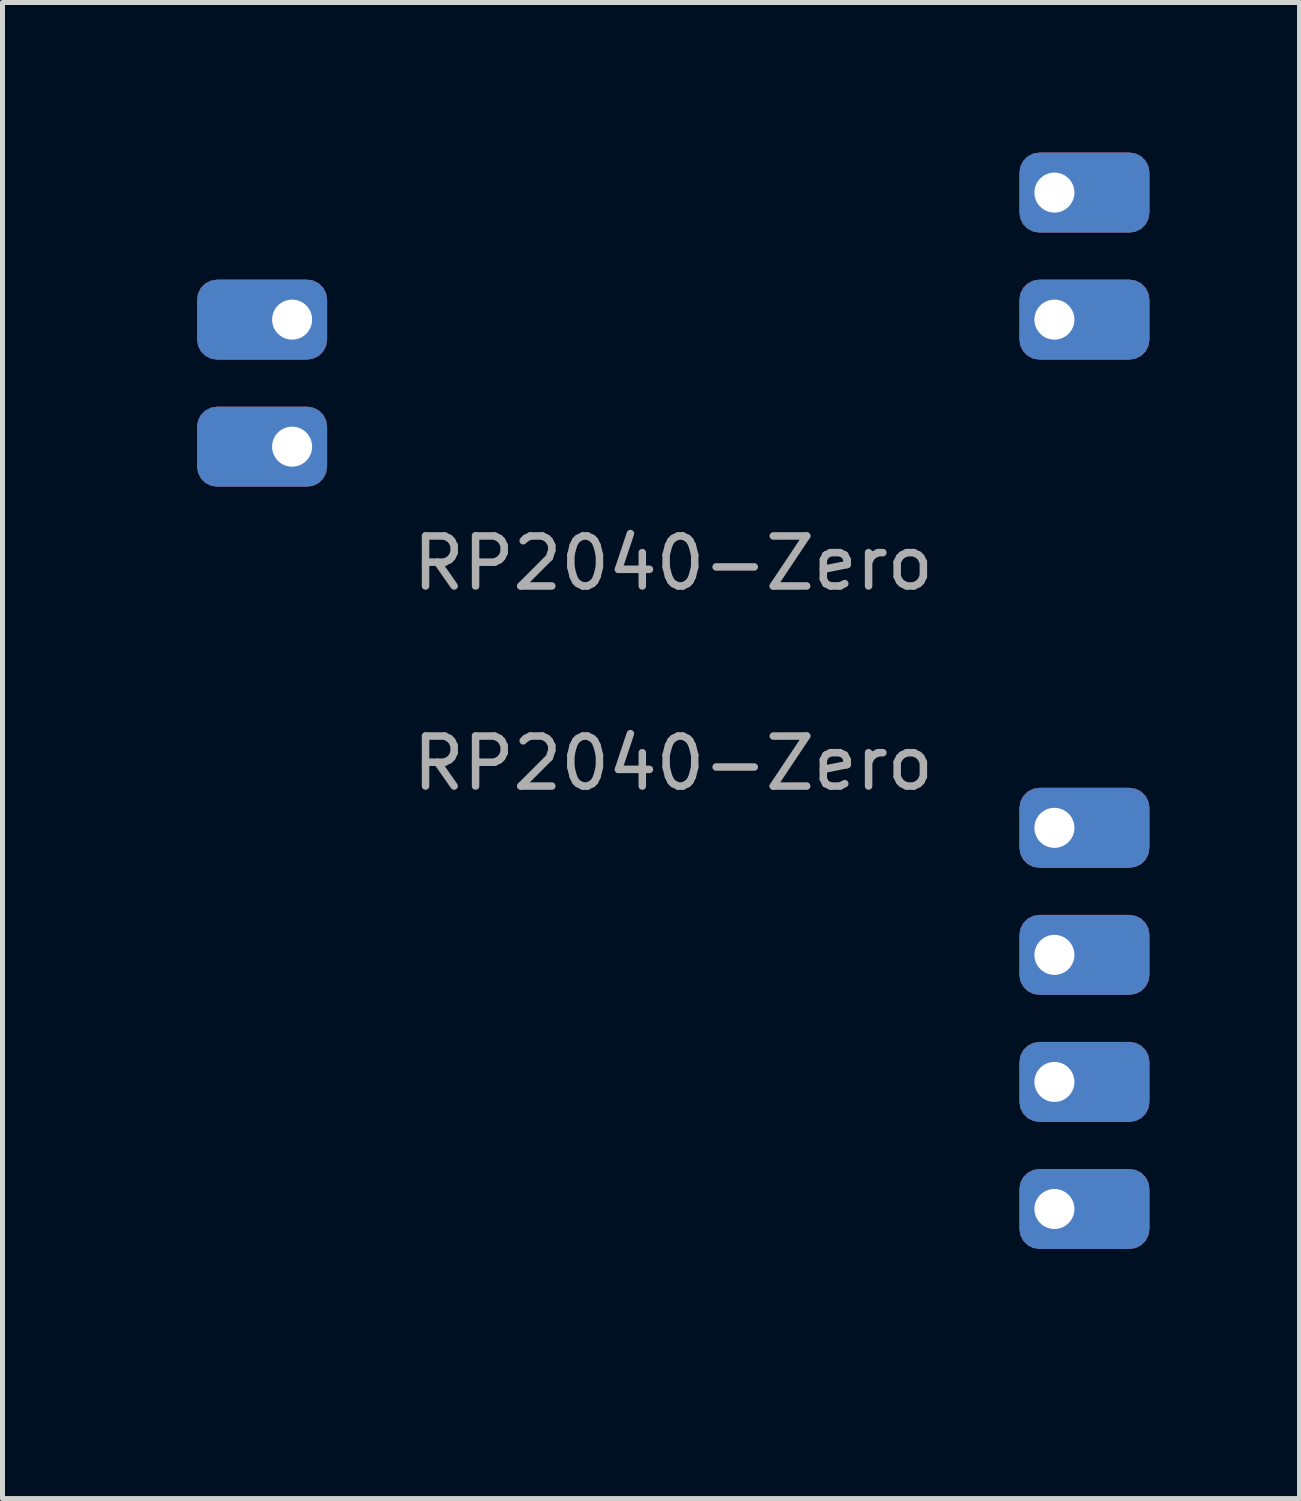
<source format=kicad_pcb>
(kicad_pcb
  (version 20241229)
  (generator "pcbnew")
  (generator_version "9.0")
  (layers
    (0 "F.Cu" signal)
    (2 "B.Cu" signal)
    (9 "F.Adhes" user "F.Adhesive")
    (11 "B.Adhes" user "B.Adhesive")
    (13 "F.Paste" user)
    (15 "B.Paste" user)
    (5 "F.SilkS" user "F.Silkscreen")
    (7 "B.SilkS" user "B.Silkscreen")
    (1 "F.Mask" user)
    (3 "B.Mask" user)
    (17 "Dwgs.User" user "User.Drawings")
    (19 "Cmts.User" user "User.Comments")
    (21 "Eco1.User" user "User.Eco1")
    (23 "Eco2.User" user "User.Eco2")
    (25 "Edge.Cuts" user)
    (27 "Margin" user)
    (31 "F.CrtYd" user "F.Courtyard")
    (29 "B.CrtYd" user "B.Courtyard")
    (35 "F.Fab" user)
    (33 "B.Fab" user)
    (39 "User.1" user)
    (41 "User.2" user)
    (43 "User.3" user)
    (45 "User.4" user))
  (footprint "RP2040-Zero"
    (layer "F.Cu")
    (at 0.25 23.66)
    (property "Reference" "RP2040-Zero" (at 10.16 -15.45 0) (unlocked yes) (layer "F.Fab") (effects (font (size 1 1) (thickness 0.15))))
    (attr through_hole)
    (fp_text user "${REFERENCE}" (at 10.16 -11.45 0) (unlocked yes) (layer "F.Fab") (effects (font (size 1 1) (thickness 0.15))))
    (pad "1" thru_hole roundrect (at 17.78 -22.86) (size 2.6 1.6) (drill 0.8 (offset 0.6 0)) (layers "*.Cu" "*.Mask") (roundrect_rratio 0.25))
    (pad "2" thru_hole roundrect (at 17.78 -20.32) (size 2.6 1.6) (drill 0.8 (offset 0.6 0)) (layers "*.Cu" "*.Mask") (roundrect_rratio 0.25))
    (pad "6" thru_hole roundrect (at 17.78 -10.16) (size 2.6 1.6) (drill 0.8 (offset 0.6 0)) (layers "*.Cu" "*.Mask") (roundrect_rratio 0.25))
    (pad "7" thru_hole roundrect (at 17.78 -7.62) (size 2.6 1.6) (drill 0.8 (offset 0.6 0)) (layers "*.Cu" "*.Mask") (roundrect_rratio 0.25))
    (pad "8" thru_hole roundrect (at 17.78 -5.08) (size 2.6 1.6) (drill 0.8 (offset 0.6 0)) (layers "*.Cu" "*.Mask") (roundrect_rratio 0.25))
    (pad "9" thru_hole roundrect (at 17.78 -2.54) (size 2.6 1.6) (drill 0.8 (offset 0.6 0)) (layers "*.Cu" "*.Mask") (roundrect_rratio 0.25))
    (pad "20" thru_hole roundrect (at 2.54 -20.32) (size 2.6 1.6) (drill 0.8 (offset -0.6 0)) (layers "*.Cu" "*.Mask") (roundrect_rratio 0.25))
    (pad "21" thru_hole roundrect (at 2.54 -17.78) (size 2.6 1.6) (drill 0.8 (offset -0.6 0)) (layers "*.Cu" "*.Mask") (roundrect_rratio 0.25)))
  (gr_rect
    (start -3 -3)
    (end 22.93 26.91)
    (stroke (width 0.1) (type default))
    (fill no)
    (layer "Edge.Cuts")))
</source>
